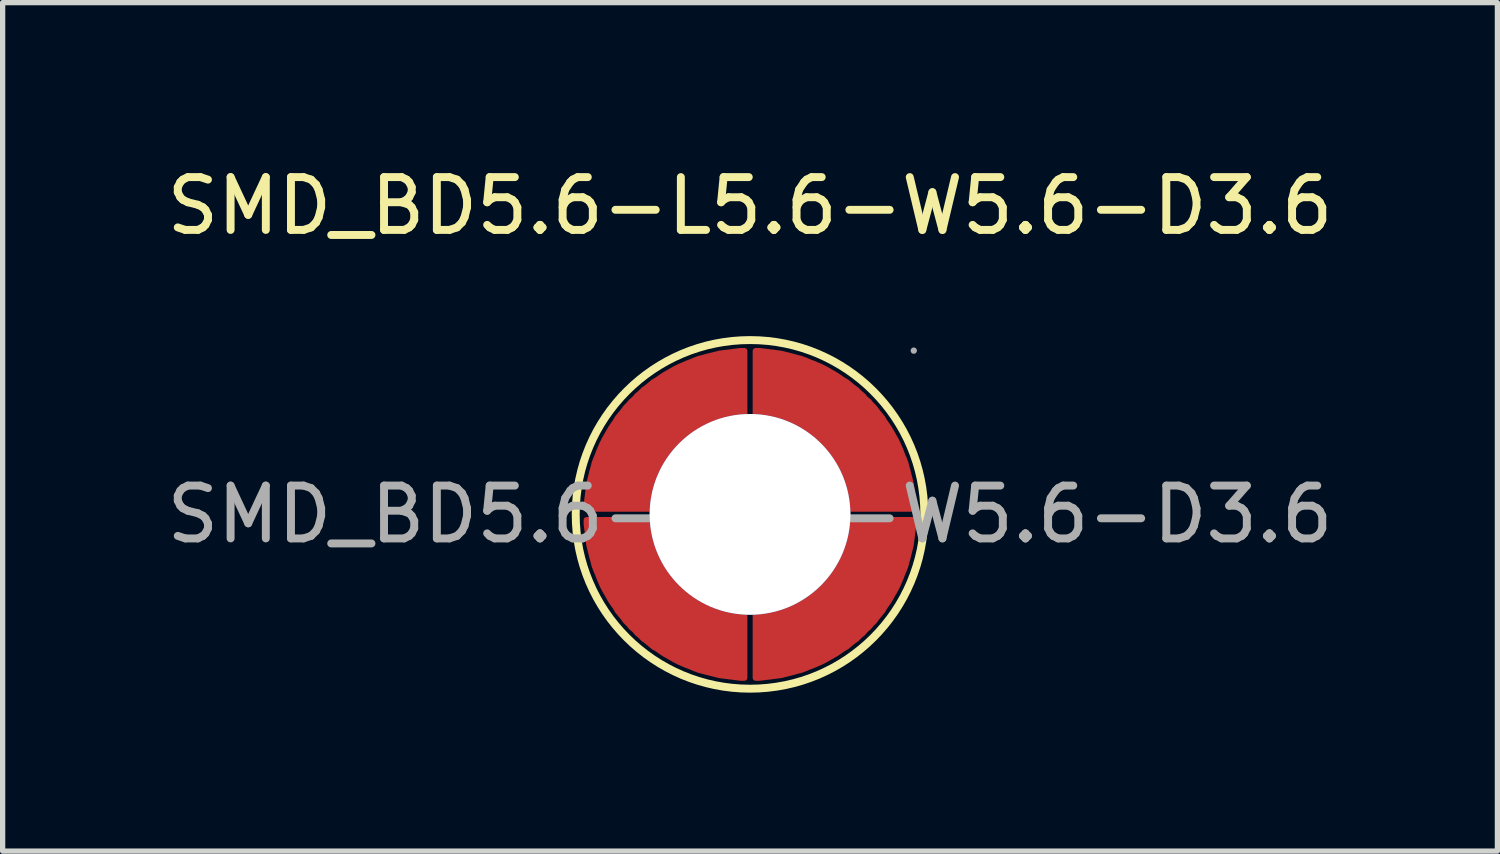
<source format=kicad_pcb>
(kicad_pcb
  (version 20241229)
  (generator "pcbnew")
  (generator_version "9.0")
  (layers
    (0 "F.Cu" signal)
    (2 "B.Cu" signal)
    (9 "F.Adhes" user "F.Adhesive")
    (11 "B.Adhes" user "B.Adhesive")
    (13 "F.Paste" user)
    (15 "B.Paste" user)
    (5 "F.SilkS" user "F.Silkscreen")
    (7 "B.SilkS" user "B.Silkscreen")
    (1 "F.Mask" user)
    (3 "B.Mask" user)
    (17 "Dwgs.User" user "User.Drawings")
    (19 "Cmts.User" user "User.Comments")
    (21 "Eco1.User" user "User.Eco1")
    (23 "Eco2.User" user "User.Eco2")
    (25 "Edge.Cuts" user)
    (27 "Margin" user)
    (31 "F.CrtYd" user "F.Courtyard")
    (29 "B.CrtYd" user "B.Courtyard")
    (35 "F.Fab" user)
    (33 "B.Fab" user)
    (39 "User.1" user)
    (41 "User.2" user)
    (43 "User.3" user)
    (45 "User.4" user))
  (footprint "SMD_BD5.6-L5.6-W5.6-D3.6"
    (layer "F.Cu")
    (at 11.149 6.688)
    (property "Reference" "SMD_BD5.6-L5.6-W5.6-D3.6" (at 0 -5.84 0) (layer "F.SilkS") (effects (font (size 1 1) (thickness 0.15))))
    (attr through_hole)
    (fp_circle (center 0 0) (end 3.3 0) (stroke (width 0.15) (type solid)) (fill no) (layer "F.SilkS"))
    (fp_circle (center 0 0) (end 0.9 0) (stroke (width 1.8) (type solid)) (fill no) (layer "Cmts.User"))
    (fp_circle (center 3.1 -3.1) (end 3.13 -3.1) (stroke (width 0.06) (type solid)) (fill no) (layer "F.Fab"))
    (fp_text user "${REFERENCE}" (at 0 0 0) (layer "F.Fab") (effects (font (size 1 1) (thickness 0.15))))
    (pad "" thru_hole circle (at 0 0) (size 3.8 3.8) (drill 3.8) (layers "*.Cu" "*.Mask"))
    (pad "1" smd custom (at 0 0 90) (size 1 1) (layers "F.Cu" "F.Mask" "F.Paste") (options (anchor circle)) (primitives (gr_poly (pts (xy -0.1 -3.1) (xy -0.1 -1.9) (xy -0.16 -1.9) (xy -0.23 -1.89) (xy -0.29 -1.88) (xy -0.35 -1.87) (xy -0.41 -1.86) (xy -0.48 -1.84) (xy -0.54 -1.83) (xy -0.6 -1.81) (xy -0.66 -1.79) (xy -0.72 -1.76) (xy -0.77 -1.74) (xy -0.83 -1.71) (xy -0.89 -1.68) (xy -0.94 -1.65) (xy -1 -1.62) (xy -1.05 -1.59) (xy -1.1 -1.55) (xy -1.16 -1.51) (xy -1.21 -1.47) (xy -1.25 -1.43) (xy -1.3 -1.39) (xy -1.35 -1.35) (xy -1.39 -1.3) (xy -1.43 -1.25) (xy -1.47 -1.21) (xy -1.51 -1.16) (xy -1.55 -1.1) (xy -1.59 -1.05) (xy -1.62 -1) (xy -1.65 -0.94) (xy -1.68 -0.89) (xy -1.71 -0.83) (xy -1.74 -0.77) (xy -1.76 -0.72) (xy -1.79 -0.66) (xy -1.81 -0.6) (xy -1.83 -0.54) (xy -1.84 -0.48) (xy -1.86 -0.41) (xy -1.87 -0.35) (xy -1.88 -0.29) (xy -1.89 -0.23) (xy -1.9 -0.16) (xy -1.9 -0.1) (xy -3.1 -0.1) (xy -3.1 -0.18) (xy -3.09 -0.26) (xy -3.08 -0.34) (xy -3.07 -0.42) (xy -3.06 -0.5) (xy -3.05 -0.58) (xy -3.03 -0.66) (xy -3.01 -0.74) (xy -2.99 -0.82) (xy -2.97 -0.89) (xy -2.95 -0.97) (xy -2.92 -1.05) (xy -2.89 -1.12) (xy -2.86 -1.2) (xy -2.83 -1.27) (xy -2.8 -1.34) (xy -2.76 -1.42) (xy -2.72 -1.49) (xy -2.68 -1.56) (xy -2.64 -1.63) (xy -2.6 -1.69) (xy -2.55 -1.76) (xy -2.51 -1.83) (xy -2.46 -1.89) (xy -2.41 -1.95) (xy -2.36 -2.02) (xy -2.3 -2.08) (xy -2.25 -2.14) (xy -2.19 -2.19) (xy -2.14 -2.25) (xy -2.08 -2.3) (xy -2.02 -2.36) (xy -1.95 -2.41) (xy -1.89 -2.46) (xy -1.83 -2.51) (xy -1.76 -2.55) (xy -1.69 -2.6) (xy -1.63 -2.64) (xy -1.56 -2.68) (xy -1.49 -2.72) (xy -1.42 -2.76) (xy -1.34 -2.8) (xy -1.27 -2.83) (xy -1.2 -2.86) (xy -1.12 -2.89) (xy -1.05 -2.92) (xy -0.97 -2.95) (xy -0.89 -2.97) (xy -0.82 -2.99) (xy -0.74 -3.01) (xy -0.66 -3.03) (xy -0.58 -3.05) (xy -0.5 -3.06) (xy -0.42 -3.07) (xy -0.34 -3.08) (xy -0.26 -3.09) (xy -0.18 -3.1) (xy -0.1 -3.1)) (width 0.1) (fill yes))))
    (pad "1" smd custom (at 0 0) (size 1 1) (layers "F.Cu" "F.Mask" "F.Paste") (options (anchor circle)) (primitives (gr_poly (pts (xy 3.1 -0.1) (xy 1.9 -0.1) (xy 1.9 -0.16) (xy 1.89 -0.23) (xy 1.88 -0.29) (xy 1.87 -0.35) (xy 1.86 -0.41) (xy 1.84 -0.48) (xy 1.83 -0.54) (xy 1.81 -0.6) (xy 1.79 -0.66) (xy 1.76 -0.72) (xy 1.74 -0.77) (xy 1.71 -0.83) (xy 1.68 -0.89) (xy 1.65 -0.94) (xy 1.62 -1) (xy 1.59 -1.05) (xy 1.55 -1.1) (xy 1.51 -1.16) (xy 1.47 -1.21) (xy 1.43 -1.25) (xy 1.39 -1.3) (xy 1.35 -1.35) (xy 1.3 -1.39) (xy 1.25 -1.43) (xy 1.21 -1.47) (xy 1.16 -1.51) (xy 1.1 -1.55) (xy 1.05 -1.59) (xy 1 -1.62) (xy 0.94 -1.65) (xy 0.89 -1.68) (xy 0.83 -1.71) (xy 0.77 -1.74) (xy 0.72 -1.76) (xy 0.66 -1.79) (xy 0.6 -1.81) (xy 0.54 -1.83) (xy 0.48 -1.84) (xy 0.41 -1.86) (xy 0.35 -1.87) (xy 0.29 -1.88) (xy 0.23 -1.89) (xy 0.16 -1.9) (xy 0.1 -1.9) (xy 0.1 -3.1) (xy 0.18 -3.1) (xy 0.26 -3.09) (xy 0.34 -3.08) (xy 0.42 -3.07) (xy 0.5 -3.06) (xy 0.58 -3.05) (xy 0.66 -3.03) (xy 0.74 -3.01) (xy 0.82 -2.99) (xy 0.89 -2.97) (xy 0.97 -2.95) (xy 1.05 -2.92) (xy 1.12 -2.89) (xy 1.2 -2.86) (xy 1.27 -2.83) (xy 1.34 -2.8) (xy 1.42 -2.76) (xy 1.49 -2.72) (xy 1.56 -2.68) (xy 1.63 -2.64) (xy 1.69 -2.6) (xy 1.76 -2.55) (xy 1.83 -2.51) (xy 1.89 -2.46) (xy 1.95 -2.41) (xy 2.02 -2.36) (xy 2.08 -2.3) (xy 2.14 -2.25) (xy 2.19 -2.19) (xy 2.25 -2.14) (xy 2.3 -2.08) (xy 2.36 -2.02) (xy 2.41 -1.95) (xy 2.46 -1.89) (xy 2.51 -1.83) (xy 2.55 -1.76) (xy 2.6 -1.69) (xy 2.64 -1.63) (xy 2.68 -1.56) (xy 2.72 -1.49) (xy 2.76 -1.42) (xy 2.8 -1.34) (xy 2.83 -1.27) (xy 2.86 -1.2) (xy 2.89 -1.12) (xy 2.92 -1.05) (xy 2.95 -0.97) (xy 2.97 -0.89) (xy 2.99 -0.82) (xy 3.01 -0.74) (xy 3.03 -0.66) (xy 3.05 -0.58) (xy 3.06 -0.5) (xy 3.07 -0.42) (xy 3.08 -0.34) (xy 3.09 -0.26) (xy 3.1 -0.18) (xy 3.1 -0.1)) (width 0.1) (fill yes))))
    (pad "1" smd custom (at 0 0 270) (size 1 1) (layers "F.Cu" "F.Mask" "F.Paste") (options (anchor circle)) (primitives (gr_poly (pts (xy -3.1 0.1) (xy -1.9 0.1) (xy -1.9 0.16) (xy -1.89 0.23) (xy -1.88 0.29) (xy -1.87 0.35) (xy -1.86 0.41) (xy -1.84 0.48) (xy -1.83 0.54) (xy -1.81 0.6) (xy -1.79 0.66) (xy -1.76 0.72) (xy -1.74 0.77) (xy -1.71 0.83) (xy -1.68 0.89) (xy -1.65 0.94) (xy -1.62 1) (xy -1.59 1.05) (xy -1.55 1.1) (xy -1.51 1.16) (xy -1.47 1.21) (xy -1.43 1.25) (xy -1.39 1.3) (xy -1.35 1.35) (xy -1.3 1.39) (xy -1.25 1.43) (xy -1.21 1.47) (xy -1.16 1.51) (xy -1.1 1.55) (xy -1.05 1.59) (xy -1 1.62) (xy -0.94 1.65) (xy -0.89 1.68) (xy -0.83 1.71) (xy -0.77 1.74) (xy -0.72 1.76) (xy -0.66 1.79) (xy -0.6 1.81) (xy -0.54 1.83) (xy -0.48 1.84) (xy -0.41 1.86) (xy -0.35 1.87) (xy -0.29 1.88) (xy -0.23 1.89) (xy -0.16 1.9) (xy -0.1 1.9) (xy -0.1 3.1) (xy -0.18 3.1) (xy -0.26 3.09) (xy -0.34 3.08) (xy -0.42 3.07) (xy -0.5 3.06) (xy -0.58 3.05) (xy -0.66 3.03) (xy -0.74 3.01) (xy -0.82 2.99) (xy -0.89 2.97) (xy -0.97 2.95) (xy -1.05 2.92) (xy -1.12 2.89) (xy -1.2 2.86) (xy -1.27 2.83) (xy -1.34 2.8) (xy -1.42 2.76) (xy -1.49 2.72) (xy -1.56 2.68) (xy -1.63 2.64) (xy -1.69 2.6) (xy -1.76 2.55) (xy -1.83 2.51) (xy -1.89 2.46) (xy -1.95 2.41) (xy -2.02 2.36) (xy -2.08 2.3) (xy -2.14 2.25) (xy -2.19 2.19) (xy -2.25 2.14) (xy -2.3 2.08) (xy -2.36 2.02) (xy -2.41 1.95) (xy -2.46 1.89) (xy -2.51 1.83) (xy -2.55 1.76) (xy -2.6 1.69) (xy -2.64 1.63) (xy -2.68 1.56) (xy -2.72 1.49) (xy -2.76 1.42) (xy -2.8 1.34) (xy -2.83 1.27) (xy -2.86 1.2) (xy -2.89 1.12) (xy -2.92 1.05) (xy -2.95 0.97) (xy -2.97 0.89) (xy -2.99 0.82) (xy -3.01 0.74) (xy -3.03 0.66) (xy -3.05 0.58) (xy -3.06 0.5) (xy -3.07 0.42) (xy -3.08 0.34) (xy -3.09 0.26) (xy -3.1 0.18) (xy -3.1 0.1)) (width 0.1) (fill yes))))
    (pad "1" smd custom (at 0 0) (size 1 1) (layers "F.Cu" "F.Mask" "F.Paste") (options (anchor circle)) (primitives (gr_poly (pts (xy 0.1 3.1) (xy 0.1 1.9) (xy 0.16 1.9) (xy 0.23 1.89) (xy 0.29 1.88) (xy 0.35 1.87) (xy 0.41 1.86) (xy 0.48 1.84) (xy 0.54 1.83) (xy 0.6 1.81) (xy 0.66 1.79) (xy 0.72 1.76) (xy 0.77 1.74) (xy 0.83 1.71) (xy 0.89 1.68) (xy 0.94 1.65) (xy 1 1.62) (xy 1.05 1.59) (xy 1.1 1.55) (xy 1.16 1.51) (xy 1.21 1.47) (xy 1.25 1.43) (xy 1.3 1.39) (xy 1.35 1.35) (xy 1.39 1.3) (xy 1.43 1.25) (xy 1.47 1.21) (xy 1.51 1.16) (xy 1.55 1.1) (xy 1.59 1.05) (xy 1.62 1) (xy 1.65 0.94) (xy 1.68 0.89) (xy 1.71 0.83) (xy 1.74 0.77) (xy 1.76 0.72) (xy 1.79 0.66) (xy 1.81 0.6) (xy 1.83 0.54) (xy 1.84 0.48) (xy 1.86 0.41) (xy 1.87 0.35) (xy 1.88 0.29) (xy 1.89 0.23) (xy 1.9 0.16) (xy 1.9 0.1) (xy 3.1 0.1) (xy 3.1 0.18) (xy 3.09 0.26) (xy 3.08 0.34) (xy 3.07 0.42) (xy 3.06 0.5) (xy 3.05 0.58) (xy 3.03 0.66) (xy 3.01 0.74) (xy 2.99 0.82) (xy 2.97 0.89) (xy 2.95 0.97) (xy 2.92 1.05) (xy 2.89 1.12) (xy 2.86 1.2) (xy 2.83 1.27) (xy 2.8 1.34) (xy 2.76 1.42) (xy 2.72 1.49) (xy 2.68 1.56) (xy 2.64 1.63) (xy 2.6 1.69) (xy 2.55 1.76) (xy 2.51 1.83) (xy 2.46 1.89) (xy 2.41 1.95) (xy 2.36 2.02) (xy 2.3 2.08) (xy 2.25 2.14) (xy 2.19 2.19) (xy 2.14 2.25) (xy 2.08 2.3) (xy 2.02 2.36) (xy 1.95 2.41) (xy 1.89 2.46) (xy 1.83 2.51) (xy 1.76 2.55) (xy 1.69 2.6) (xy 1.63 2.64) (xy 1.56 2.68) (xy 1.49 2.72) (xy 1.42 2.76) (xy 1.34 2.8) (xy 1.27 2.83) (xy 1.2 2.86) (xy 1.12 2.89) (xy 1.05 2.92) (xy 0.97 2.95) (xy 0.89 2.97) (xy 0.82 2.99) (xy 0.74 3.01) (xy 0.66 3.03) (xy 0.58 3.05) (xy 0.5 3.06) (xy 0.42 3.07) (xy 0.34 3.08) (xy 0.26 3.09) (xy 0.18 3.1) (xy 0.1 3.1)) (width 0.1) (fill yes)))))
  (gr_rect
    (start -3 -3)
    (end 25.298 13.063)
    (stroke (width 0.1) (type default))
    (fill no)
    (layer "Edge.Cuts")))
</source>
